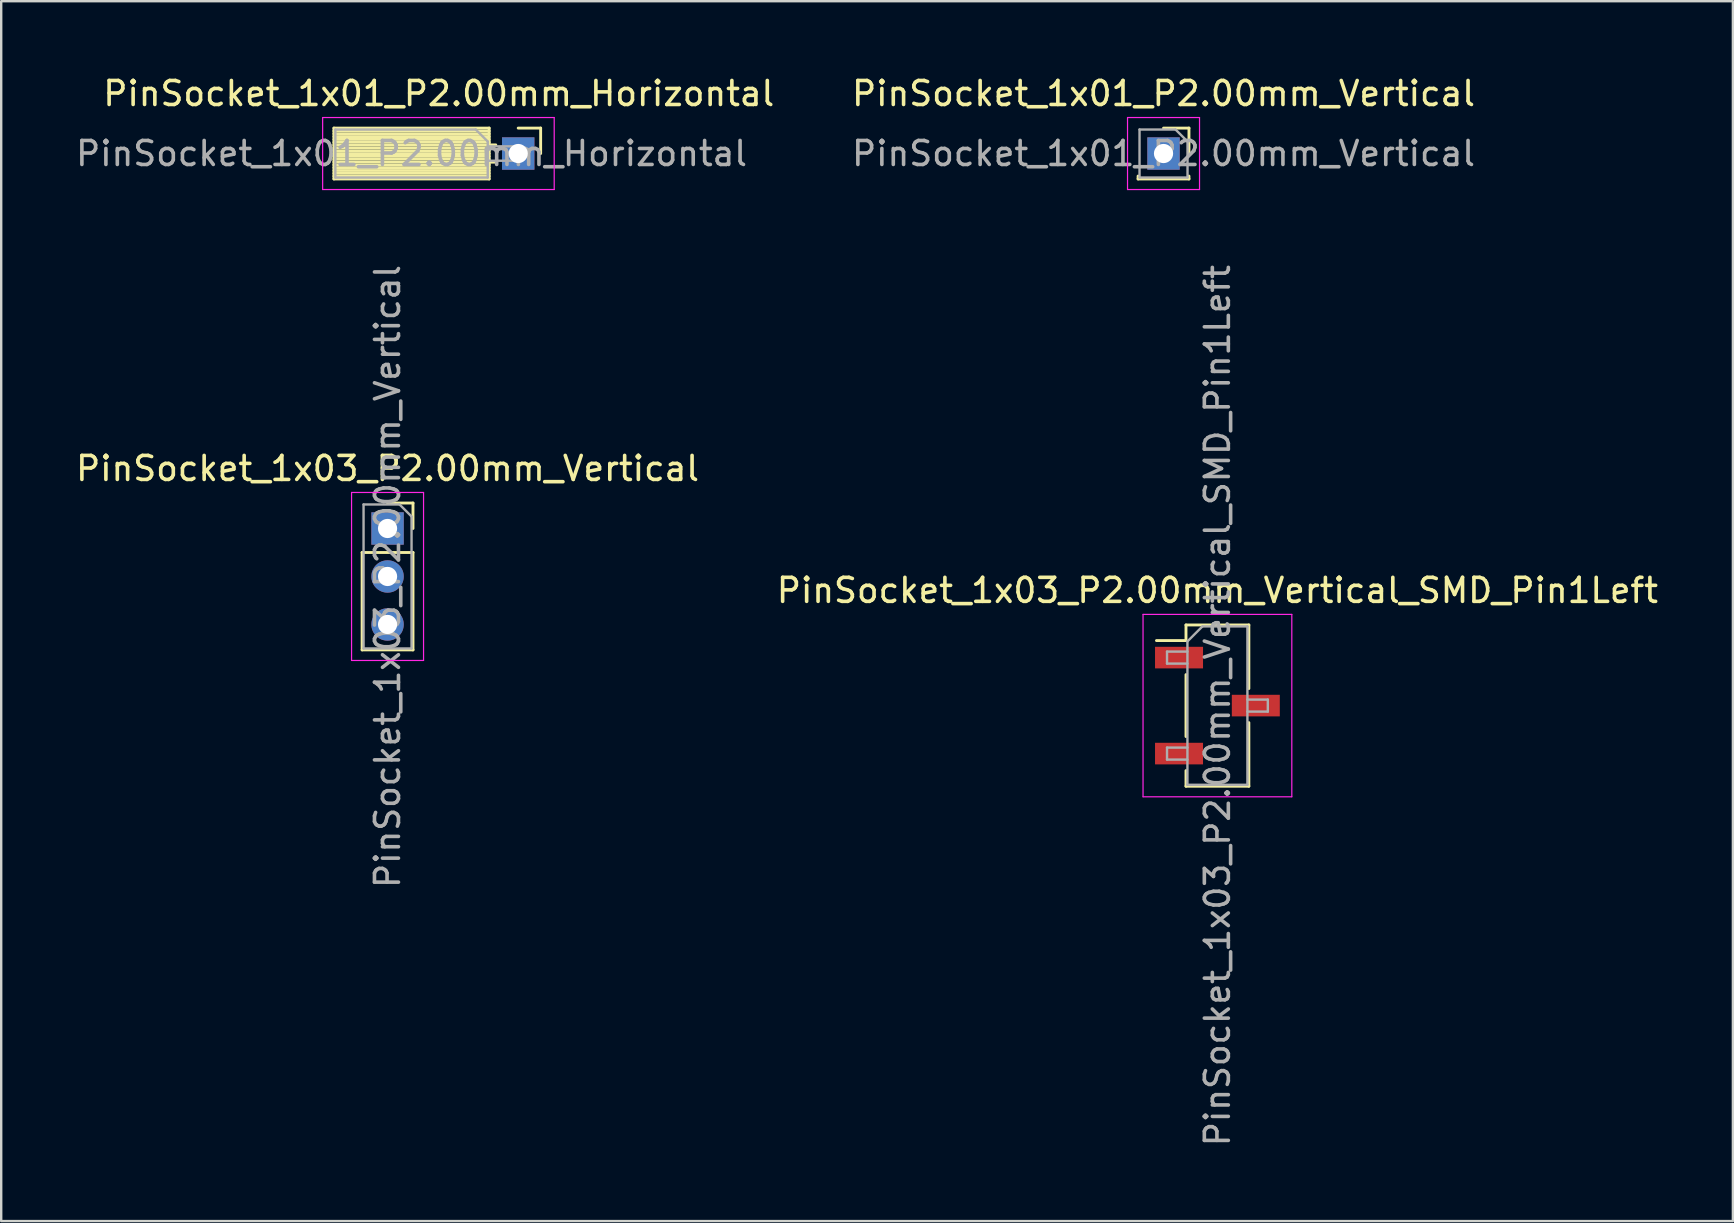
<source format=kicad_pcb>
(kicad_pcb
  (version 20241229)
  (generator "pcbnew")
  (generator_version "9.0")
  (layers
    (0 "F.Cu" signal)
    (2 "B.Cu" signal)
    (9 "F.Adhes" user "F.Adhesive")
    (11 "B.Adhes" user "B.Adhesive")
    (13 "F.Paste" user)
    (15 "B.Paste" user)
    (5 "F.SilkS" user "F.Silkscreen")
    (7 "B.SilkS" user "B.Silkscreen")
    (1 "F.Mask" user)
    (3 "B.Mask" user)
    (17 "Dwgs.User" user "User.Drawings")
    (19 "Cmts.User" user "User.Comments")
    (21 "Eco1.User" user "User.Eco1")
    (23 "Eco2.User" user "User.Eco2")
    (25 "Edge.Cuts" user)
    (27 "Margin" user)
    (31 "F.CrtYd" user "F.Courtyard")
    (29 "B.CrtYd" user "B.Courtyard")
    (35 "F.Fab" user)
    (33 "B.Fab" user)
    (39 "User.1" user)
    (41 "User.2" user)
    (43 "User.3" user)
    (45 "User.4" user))
  (footprint "PinSocket_1x03_P2.00mm_Vertical"
    (layer "F.Cu")
    (at 13.101 18.974)
    (property "Reference" "PinSocket_1x03_P2.00mm_Vertical" (at 0 -2.5 0) (layer "F.SilkS") (effects (font (size 1 1) (thickness 0.15))))
    (attr through_hole)
    (fp_line (start -1.06 1) (end -1.06 5.06) (stroke (width 0.12) (type solid)) (layer "F.SilkS"))
    (fp_line (start -1.06 1) (end 1.06 1) (stroke (width 0.12) (type solid)) (layer "F.SilkS"))
    (fp_line (start -1.06 5.06) (end 1.06 5.06) (stroke (width 0.12) (type solid)) (layer "F.SilkS"))
    (fp_line (start 0 -1.06) (end 1.06 -1.06) (stroke (width 0.12) (type solid)) (layer "F.SilkS"))
    (fp_line (start 1.06 -1.06) (end 1.06 0) (stroke (width 0.12) (type solid)) (layer "F.SilkS"))
    (fp_line (start 1.06 1) (end 1.06 5.06) (stroke (width 0.12) (type solid)) (layer "F.SilkS"))
    (fp_line (start -1.5 -1.5) (end 1.5 -1.5) (stroke (width 0.05) (type solid)) (layer "F.CrtYd"))
    (fp_line (start -1.5 5.5) (end -1.5 -1.5) (stroke (width 0.05) (type solid)) (layer "F.CrtYd"))
    (fp_line (start 1.5 -1.5) (end 1.5 5.5) (stroke (width 0.05) (type solid)) (layer "F.CrtYd"))
    (fp_line (start 1.5 5.5) (end -1.5 5.5) (stroke (width 0.05) (type solid)) (layer "F.CrtYd"))
    (fp_line (start -1 -1) (end 0.5 -1) (stroke (width 0.1) (type solid)) (layer "F.Fab"))
    (fp_line (start -1 5) (end -1 -1) (stroke (width 0.1) (type solid)) (layer "F.Fab"))
    (fp_line (start 0.5 -1) (end 1 -0.5) (stroke (width 0.1) (type solid)) (layer "F.Fab"))
    (fp_line (start 1 -0.5) (end 1 5) (stroke (width 0.1) (type solid)) (layer "F.Fab"))
    (fp_line (start 1 5) (end -1 5) (stroke (width 0.1) (type solid)) (layer "F.Fab"))
    (fp_text user "${REFERENCE}" (at 0 2 90) (layer "F.Fab") (effects (font (size 1 1) (thickness 0.15))))
    (pad "1" thru_hole rect (at 0 0) (size 1.35 1.35) (drill 0.8) (layers "*.Cu" "*.Mask"))
    (pad "2" thru_hole oval (at 0 2) (size 1.35 1.35) (drill 0.8) (layers "*.Cu" "*.Mask"))
    (pad "3" thru_hole oval (at 0 4) (size 1.35 1.35) (drill 0.8) (layers "*.Cu" "*.Mask")))
  (footprint "PinSocket_1x01_P2.00mm_Vertical"
    (layer "F.Cu")
    (at 45.439 3.348)
    (property "Reference" "PinSocket_1x01_P2.00mm_Vertical" (at 0 -2.5 0) (layer "F.SilkS") (effects (font (size 1 1) (thickness 0.15))))
    (attr through_hole)
    (fp_line (start -1.06 0.94) (end -1.06 1.06) (stroke (width 0.12) (type solid)) (layer "F.SilkS"))
    (fp_line (start -1.06 1.06) (end 1.06 1.06) (stroke (width 0.12) (type solid)) (layer "F.SilkS"))
    (fp_line (start 0 -1.06) (end 1.06 -1.06) (stroke (width 0.12) (type solid)) (layer "F.SilkS"))
    (fp_line (start 1.06 -1.06) (end 1.06 0) (stroke (width 0.12) (type solid)) (layer "F.SilkS"))
    (fp_line (start 1.06 0.94) (end 1.06 1.06) (stroke (width 0.12) (type solid)) (layer "F.SilkS"))
    (fp_line (start -1.5 -1.5) (end 1.5 -1.5) (stroke (width 0.05) (type solid)) (layer "F.CrtYd"))
    (fp_line (start -1.5 1.5) (end -1.5 -1.5) (stroke (width 0.05) (type solid)) (layer "F.CrtYd"))
    (fp_line (start 1.5 -1.5) (end 1.5 1.5) (stroke (width 0.05) (type solid)) (layer "F.CrtYd"))
    (fp_line (start 1.5 1.5) (end -1.5 1.5) (stroke (width 0.05) (type solid)) (layer "F.CrtYd"))
    (fp_line (start -1 -1) (end 0.5 -1) (stroke (width 0.1) (type solid)) (layer "F.Fab"))
    (fp_line (start -1 1) (end -1 -1) (stroke (width 0.1) (type solid)) (layer "F.Fab"))
    (fp_line (start 0.5 -1) (end 1 -0.5) (stroke (width 0.1) (type solid)) (layer "F.Fab"))
    (fp_line (start 1 -0.5) (end 1 1) (stroke (width 0.1) (type solid)) (layer "F.Fab"))
    (fp_line (start 1 1) (end -1 1) (stroke (width 0.1) (type solid)) (layer "F.Fab"))
    (fp_text user "${REFERENCE}" (at 0 0 0) (layer "F.Fab") (effects (font (size 1 1) (thickness 0.15))))
    (pad "1" thru_hole rect (at 0 0) (size 1.35 1.35) (drill 0.8) (layers "*.Cu" "*.Mask")))
  (footprint "PinSocket_1x03_P2.00mm_Vertical_SMD_Pin1Left"
    (layer "F.Cu")
    (at 47.685 26.355)
    (property "Reference" "PinSocket_1x03_P2.00mm_Vertical_SMD_Pin1Left" (at 0 -4.8 0) (layer "F.SilkS") (effects (font (size 1 1) (thickness 0.15))))
    (attr smd)
    (fp_line (start -2.54 -2.71) (end -1.31 -2.71) (stroke (width 0.12) (type solid)) (layer "F.SilkS"))
    (fp_line (start -1.31 -3.36) (end -1.31 -2.71) (stroke (width 0.12) (type solid)) (layer "F.SilkS"))
    (fp_line (start -1.31 -3.36) (end 1.31 -3.36) (stroke (width 0.12) (type solid)) (layer "F.SilkS"))
    (fp_line (start -1.31 -1.29) (end -1.31 1.29) (stroke (width 0.12) (type solid)) (layer "F.SilkS"))
    (fp_line (start -1.31 2.71) (end -1.31 3.36) (stroke (width 0.12) (type solid)) (layer "F.SilkS"))
    (fp_line (start -1.31 3.36) (end 1.31 3.36) (stroke (width 0.12) (type solid)) (layer "F.SilkS"))
    (fp_line (start 1.31 -3.36) (end 1.31 -0.71) (stroke (width 0.12) (type solid)) (layer "F.SilkS"))
    (fp_line (start 1.31 0.71) (end 1.31 3.36) (stroke (width 0.12) (type solid)) (layer "F.SilkS"))
    (fp_line (start -3.1 -3.8) (end 3.1 -3.8) (stroke (width 0.05) (type solid)) (layer "F.CrtYd"))
    (fp_line (start -3.1 3.8) (end -3.1 -3.8) (stroke (width 0.05) (type solid)) (layer "F.CrtYd"))
    (fp_line (start 3.1 -3.8) (end 3.1 3.8) (stroke (width 0.05) (type solid)) (layer "F.CrtYd"))
    (fp_line (start 3.1 3.8) (end -3.1 3.8) (stroke (width 0.05) (type solid)) (layer "F.CrtYd"))
    (fp_line (start -2.1 -2.25) (end -1.25 -2.25) (stroke (width 0.1) (type solid)) (layer "F.Fab"))
    (fp_line (start -2.1 -1.75) (end -2.1 -2.25) (stroke (width 0.1) (type solid)) (layer "F.Fab"))
    (fp_line (start -2.1 1.75) (end -1.25 1.75) (stroke (width 0.1) (type solid)) (layer "F.Fab"))
    (fp_line (start -2.1 2.25) (end -2.1 1.75) (stroke (width 0.1) (type solid)) (layer "F.Fab"))
    (fp_line (start -1.25 -2.675) (end -0.625 -3.3) (stroke (width 0.1) (type solid)) (layer "F.Fab"))
    (fp_line (start -1.25 -1.75) (end -2.1 -1.75) (stroke (width 0.1) (type solid)) (layer "F.Fab"))
    (fp_line (start -1.25 2.25) (end -2.1 2.25) (stroke (width 0.1) (type solid)) (layer "F.Fab"))
    (fp_line (start -1.25 3.3) (end -1.25 -2.675) (stroke (width 0.1) (type solid)) (layer "F.Fab"))
    (fp_line (start -0.625 -3.3) (end 1.25 -3.3) (stroke (width 0.1) (type solid)) (layer "F.Fab"))
    (fp_line (start 1.25 -3.3) (end 1.25 3.3) (stroke (width 0.1) (type solid)) (layer "F.Fab"))
    (fp_line (start 1.25 -0.25) (end 2.1 -0.25) (stroke (width 0.1) (type solid)) (layer "F.Fab"))
    (fp_line (start 1.25 3.3) (end -1.25 3.3) (stroke (width 0.1) (type solid)) (layer "F.Fab"))
    (fp_line (start 2.1 -0.25) (end 2.1 0.25) (stroke (width 0.1) (type solid)) (layer "F.Fab"))
    (fp_line (start 2.1 0.25) (end 1.25 0.25) (stroke (width 0.1) (type solid)) (layer "F.Fab"))
    (fp_text user "${REFERENCE}" (at 0 0 90) (layer "F.Fab") (effects (font (size 1 1) (thickness 0.15))))
    (pad "1" smd rect (at -1.6 -2) (size 2 0.9) (layers "F.Cu" "F.Mask" "F.Paste"))
    (pad "2" smd rect (at 1.6 0) (size 2 0.9) (layers "F.Cu" "F.Mask" "F.Paste"))
    (pad "3" smd rect (at -1.6 2) (size 2 0.9) (layers "F.Cu" "F.Mask" "F.Paste")))
  (footprint "PinSocket_1x01_P2.00mm_Horizontal"
    (layer "F.Cu")
    (at 18.546 3.348)
    (property "Reference" "PinSocket_1x01_P2.00mm_Horizontal" (at -3.31 -2.5 0) (layer "F.SilkS") (effects (font (size 1 1) (thickness 0.15))))
    (attr through_hole)
    (fp_line (start -7.68 -1.06) (end -7.68 1.06) (stroke (width 0.12) (type solid)) (layer "F.SilkS"))
    (fp_line (start -7.68 -1.06) (end -1.21 -1.06) (stroke (width 0.12) (type solid)) (layer "F.SilkS"))
    (fp_line (start -7.68 -0.94) (end -1.21 -0.94) (stroke (width 0.12) (type solid)) (layer "F.SilkS"))
    (fp_line (start -7.68 -0.822) (end -1.21 -0.822) (stroke (width 0.12) (type solid)) (layer "F.SilkS"))
    (fp_line (start -7.68 -0.705) (end -1.21 -0.705) (stroke (width 0.12) (type solid)) (layer "F.SilkS"))
    (fp_line (start -7.68 -0.587) (end -1.21 -0.587) (stroke (width 0.12) (type solid)) (layer "F.SilkS"))
    (fp_line (start -7.68 -0.469) (end -1.21 -0.469) (stroke (width 0.12) (type solid)) (layer "F.SilkS"))
    (fp_line (start -7.68 -0.352) (end -1.21 -0.352) (stroke (width 0.12) (type solid)) (layer "F.SilkS"))
    (fp_line (start -7.68 -0.234) (end -1.21 -0.234) (stroke (width 0.12) (type solid)) (layer "F.SilkS"))
    (fp_line (start -7.68 -0.116) (end -1.21 -0.116) (stroke (width 0.12) (type solid)) (layer "F.SilkS"))
    (fp_line (start -7.68 0.001) (end -1.21 0.001) (stroke (width 0.12) (type solid)) (layer "F.SilkS"))
    (fp_line (start -7.68 0.119) (end -1.21 0.119) (stroke (width 0.12) (type solid)) (layer "F.SilkS"))
    (fp_line (start -7.68 0.236) (end -1.21 0.236) (stroke (width 0.12) (type solid)) (layer "F.SilkS"))
    (fp_line (start -7.68 0.354) (end -1.21 0.354) (stroke (width 0.12) (type solid)) (layer "F.SilkS"))
    (fp_line (start -7.68 0.472) (end -1.21 0.472) (stroke (width 0.12) (type solid)) (layer "F.SilkS"))
    (fp_line (start -7.68 0.589) (end -1.21 0.589) (stroke (width 0.12) (type solid)) (layer "F.SilkS"))
    (fp_line (start -7.68 0.707) (end -1.21 0.707) (stroke (width 0.12) (type solid)) (layer "F.SilkS"))
    (fp_line (start -7.68 0.825) (end -1.21 0.825) (stroke (width 0.12) (type solid)) (layer "F.SilkS"))
    (fp_line (start -7.68 0.942) (end -1.21 0.942) (stroke (width 0.12) (type solid)) (layer "F.SilkS"))
    (fp_line (start -7.68 1.06) (end -1.21 1.06) (stroke (width 0.12) (type solid)) (layer "F.SilkS"))
    (fp_line (start -1.21 -1.06) (end -1.21 1.06) (stroke (width 0.12) (type solid)) (layer "F.SilkS"))
    (fp_line (start -1.21 -0.36) (end -0.935 -0.36) (stroke (width 0.12) (type solid)) (layer "F.SilkS"))
    (fp_line (start -1.21 0.36) (end -0.935 0.36) (stroke (width 0.12) (type solid)) (layer "F.SilkS"))
    (fp_line (start 0 -1.06) (end 0.935 -1.06) (stroke (width 0.12) (type solid)) (layer "F.SilkS"))
    (fp_line (start 0.935 -1.06) (end 0.935 0) (stroke (width 0.12) (type solid)) (layer "F.SilkS"))
    (fp_line (start -8.15 -1.5) (end -8.15 1.5) (stroke (width 0.05) (type solid)) (layer "F.CrtYd"))
    (fp_line (start -8.15 1.5) (end 1.5 1.5) (stroke (width 0.05) (type solid)) (layer "F.CrtYd"))
    (fp_line (start 1.5 -1.5) (end -8.15 -1.5) (stroke (width 0.05) (type solid)) (layer "F.CrtYd"))
    (fp_line (start 1.5 1.5) (end 1.5 -1.5) (stroke (width 0.05) (type solid)) (layer "F.CrtYd"))
    (fp_line (start -7.62 -1) (end -1.77 -1) (stroke (width 0.1) (type solid)) (layer "F.Fab"))
    (fp_line (start -7.62 1) (end -7.62 -1) (stroke (width 0.1) (type solid)) (layer "F.Fab"))
    (fp_line (start -1.77 -1) (end -1.27 -0.5) (stroke (width 0.1) (type solid)) (layer "F.Fab"))
    (fp_line (start -1.27 -0.5) (end -1.27 1) (stroke (width 0.1) (type solid)) (layer "F.Fab"))
    (fp_line (start -1.27 0.3) (end 0 0.3) (stroke (width 0.1) (type solid)) (layer "F.Fab"))
    (fp_line (start -1.27 1) (end -7.62 1) (stroke (width 0.1) (type solid)) (layer "F.Fab"))
    (fp_line (start 0 -0.3) (end -1.27 -0.3) (stroke (width 0.1) (type solid)) (layer "F.Fab"))
    (fp_line (start 0 0.3) (end 0 -0.3) (stroke (width 0.1) (type solid)) (layer "F.Fab"))
    (fp_text user "${REFERENCE}" (at -4.445 0 0) (layer "F.Fab") (effects (font (size 1 1) (thickness 0.15))))
    (pad "1" thru_hole rect (at 0 0) (size 1.35 1.35) (drill 0.8) (layers "*.Cu" "*.Mask")))
  (gr_rect
    (start -3 -3)
    (end 69.167 47.838)
    (stroke (width 0.1) (type default))
    (fill no)
    (layer "Edge.Cuts")))
</source>
